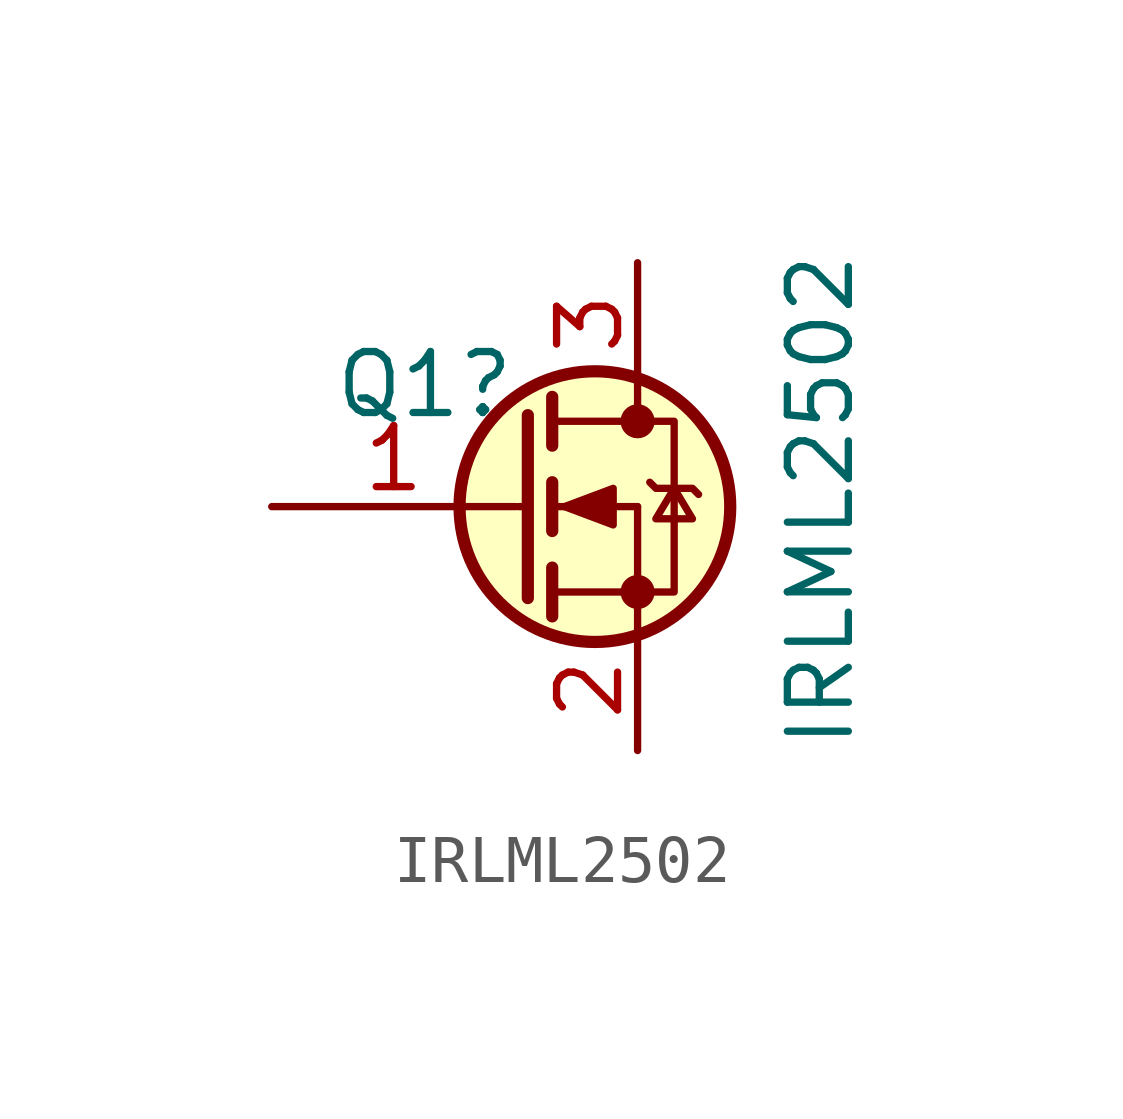
<source format=kicad_sym>
(kicad_symbol_lib
  (version 20220914)
  (generator kicad_symbol_editor)
  (symbol "IRLML2502"
    (pin_names
      (offset 0) hide)
    (property "Reference" "Q1"
      (at -3.81 2.54 0)
      (effects (font (size 1.27 1.27)) (justify left)))
    (property "Value" "IRLML2502"
      (at 6.35 -5.08 90)
      (effects (font (size 1.27 1.27)) (justify left)))
    (symbol "IRLML2502_0_1"
      (polyline (pts (xy 0.051 0) (xy 0.254 0)) (stroke (width 0) (type default)) (fill (type none)))
      (polyline (pts (xy 0.762 -1.778) (xy 2.54 -1.778)) (stroke (width 0) (type default)) (fill (type none)))
      (polyline (pts (xy 0.762 -1.27) (xy 0.762 -2.286)) (stroke (width 0.254) (type default)) (fill (type none)))
      (polyline (pts (xy 0.762 0) (xy 2.54 0)) (stroke (width 0) (type default)) (fill (type none)))
      (polyline (pts (xy 0.762 0.508) (xy 0.762 -0.508)) (stroke (width 0.254) (type default)) (fill (type none)))
      (polyline (pts (xy 0.762 1.778) (xy 2.54 1.778)) (stroke (width 0) (type default)) (fill (type none)))
      (polyline (pts (xy 0.762 2.286) (xy 0.762 1.27)) (stroke (width 0.254) (type default)) (fill (type none)))
      (polyline (pts (xy 2.54 -1.778) (xy 2.54 -2.54)) (stroke (width 0) (type default)) (fill (type none)))
      (polyline (pts (xy 2.54 -1.778) (xy 2.54 0)) (stroke (width 0) (type default)) (fill (type none)))
      (polyline (pts (xy 2.54 2.54) (xy 2.54 1.778)) (stroke (width 0) (type default)) (fill (type none)))
      (polyline (pts (xy 0.254 1.905) (xy 0.254 -1.905) (xy 0.254 -1.905)) (stroke (width 0.254) (type default)) (fill (type none)))
      (polyline (pts (xy 1.016 0) (xy 2.032 0.381) (xy 2.032 -0.381) (xy 1.016 0)) (stroke (width 0) (type default)) (fill (type outline)))
      (polyline (pts (xy 2.54 -1.778) (xy 3.302 -1.778) (xy 3.302 1.778) (xy 2.54 1.778)) (stroke (width 0) (type default)) (fill (type none)))
      (polyline (pts (xy 2.794 0.508) (xy 2.921 0.381) (xy 3.683 0.381) (xy 3.81 0.254)) (stroke (width 0) (type default)) (fill (type none)))
      (polyline (pts (xy 3.302 0.381) (xy 2.921 -0.254) (xy 3.683 -0.254) (xy 3.302 0.381)) (stroke (width 0) (type default)) (fill (type none)))
      (circle (center 1.651 0) (radius 2.819) (stroke (width 0.254) (type default)) (fill (type background)))
      (circle (center 2.54 -1.778) (radius 0.279) (stroke (width 0) (type default)) (fill (type outline)))
      (circle (center 2.54 1.778) (radius 0.279) (stroke (width 0) (type default)) (fill (type outline))))
    (symbol "IRLML2502_1_1"
      (pin input line (at -5.08 0 0) (length 5.08) (name "G" (effects (font (size 1.27 1.27)))) (number "1" (effects (font (size 1.27 1.27)))))
      (pin passive line (at 2.54 5.08 270) (length 2.54) hide (name "D" (effects (font (size 1.27 1.27)))) (number "2" (effects (font (size 1.27 1.27)))))
      (pin passive line (at 2.54 -5.08 90) (length 2.54) (name "S" (effects (font (size 1.27 1.27)))) (number "2" (effects (font (size 1.27 1.27)))))
      (pin passive line (at 2.54 5.08 270) (length 2.54) (name "D" (effects (font (size 1.27 1.27)))) (number "3" (effects (font (size 1.27 1.27))))))))
</source>
